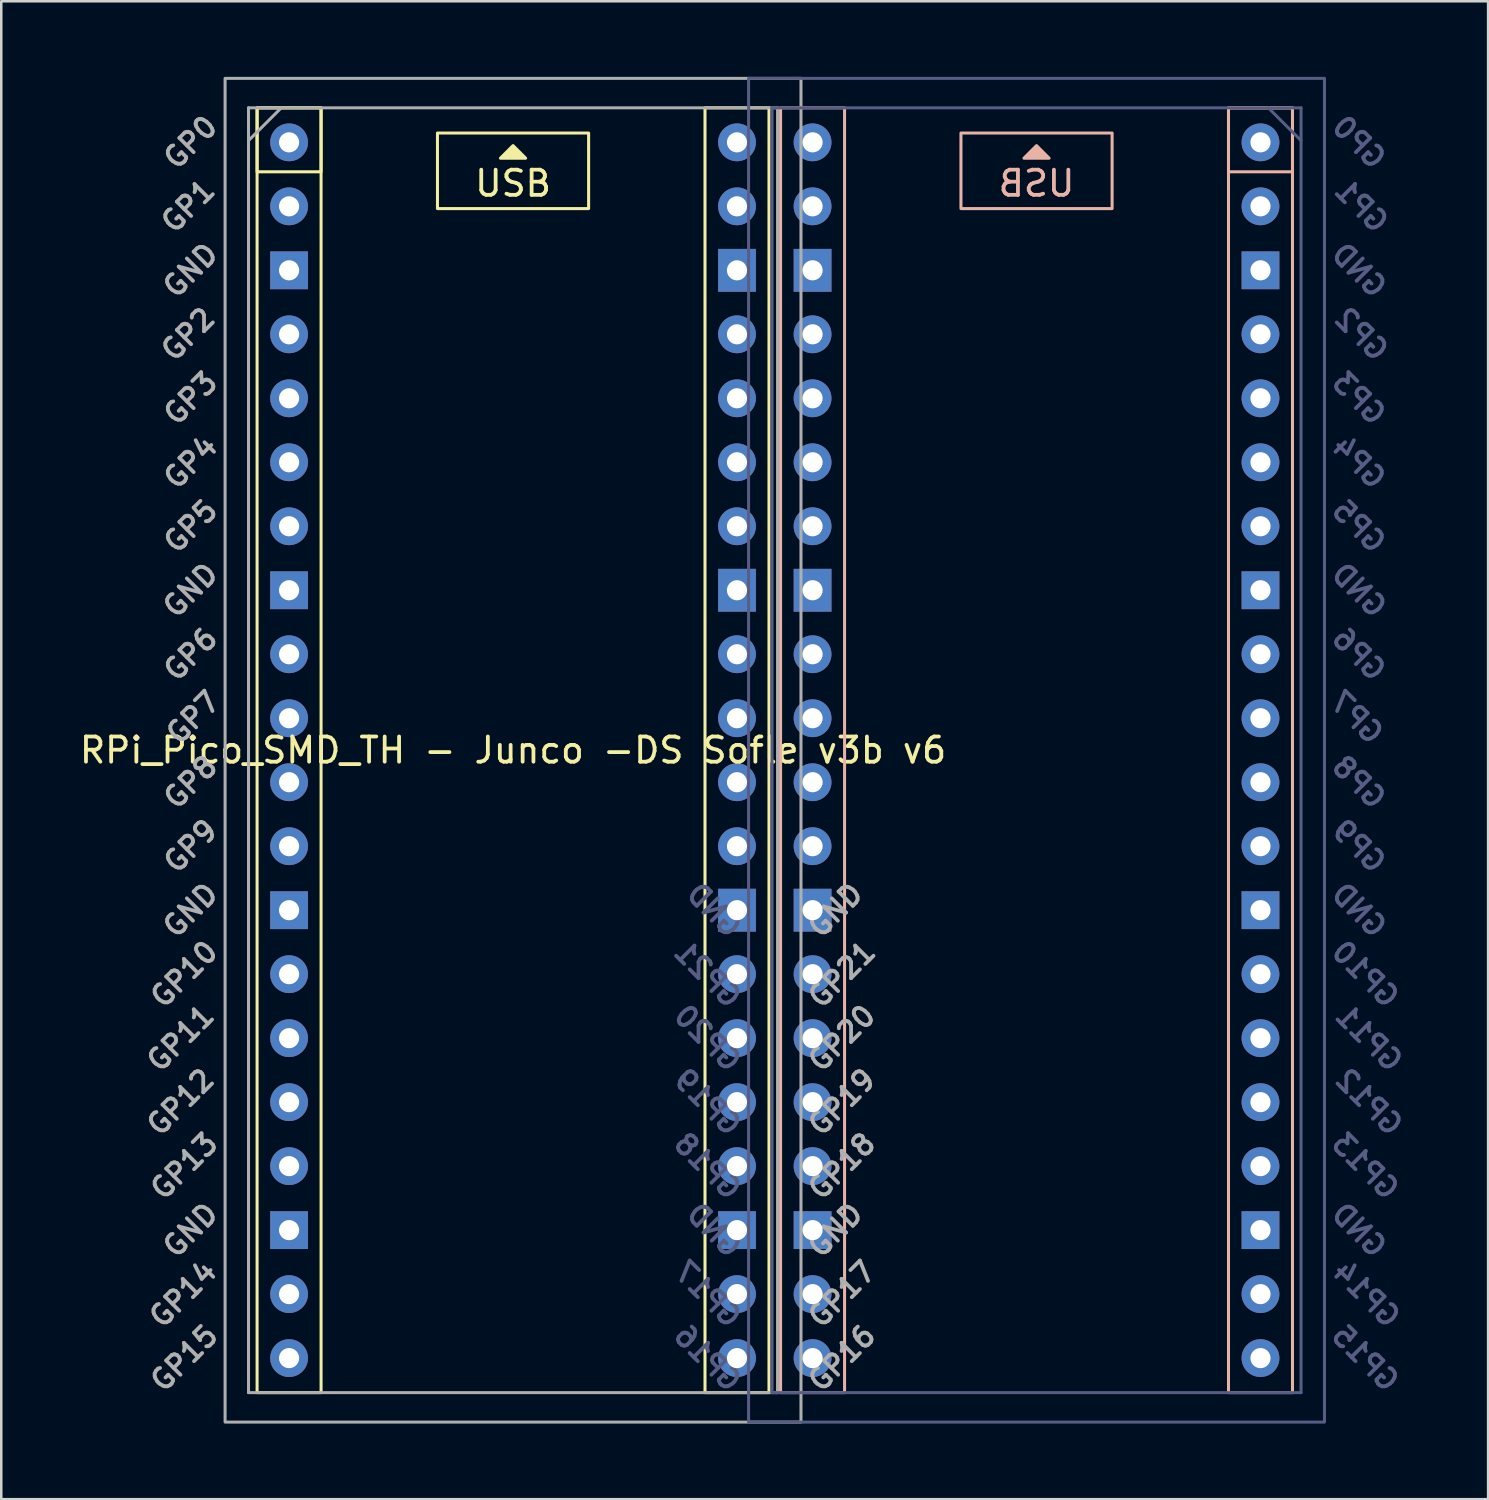
<source format=kicad_pcb>
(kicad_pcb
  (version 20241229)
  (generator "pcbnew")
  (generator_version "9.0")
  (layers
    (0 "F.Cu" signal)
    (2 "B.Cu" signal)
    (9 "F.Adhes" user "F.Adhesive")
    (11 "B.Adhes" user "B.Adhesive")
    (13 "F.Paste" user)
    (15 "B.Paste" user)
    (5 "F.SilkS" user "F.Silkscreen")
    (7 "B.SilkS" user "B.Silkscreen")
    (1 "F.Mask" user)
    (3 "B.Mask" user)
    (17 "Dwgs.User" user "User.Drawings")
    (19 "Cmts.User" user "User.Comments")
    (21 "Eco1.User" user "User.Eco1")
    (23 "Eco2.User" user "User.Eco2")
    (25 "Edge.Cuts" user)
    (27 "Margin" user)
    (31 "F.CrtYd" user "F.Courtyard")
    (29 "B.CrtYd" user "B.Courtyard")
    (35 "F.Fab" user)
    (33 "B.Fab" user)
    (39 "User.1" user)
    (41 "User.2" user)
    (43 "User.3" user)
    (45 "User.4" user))
  (footprint "RPi_Pico_SMD_TH - Junco -DS Sofle v3b v6"
    (layer "F.Cu")
    (at 27.705 26.73)
    (property "Reference" "RPi_Pico_SMD_TH - Junco -DS Sofle v3b v6" (at -10.39 0 0) (layer "F.SilkS") (effects (font (size 1 1) (thickness 0.15))))
    (attr through_hole)
    (fp_rect (start -20.55 -25.5) (end -18.01 -22.96) (stroke (width 0.12) (type default)) (fill no) (layer "F.SilkS"))
    (fp_rect (start -20.55 -25.5) (end -18.01 25.5) (stroke (width 0.12) (type default)) (fill no) (layer "F.SilkS"))
    (fp_rect (start -13.39 -24.5) (end -7.39 -21.5) (stroke (width 0.12) (type solid)) (fill no) (layer "F.SilkS"))
    (fp_rect (start -2.77 -25.5) (end -0.23 25.5) (stroke (width 0.12) (type default)) (fill no) (layer "F.SilkS"))
    (fp_poly (pts (xy -9.89 -23.5) (xy -10.89 -23.5) (xy -10.39 -24)) (stroke (width 0.12) (type solid)) (fill yes) (layer "F.SilkS"))
    (fp_rect (start 2.77 -25.5) (end 0.23 25.5) (stroke (width 0.12) (type default)) (fill no) (layer "B.SilkS"))
    (fp_rect (start 13.39 -24.5) (end 7.39 -21.5) (stroke (width 0.12) (type solid)) (fill no) (layer "B.SilkS"))
    (fp_rect (start 20.55 -25.5) (end 18.01 -22.96) (stroke (width 0.12) (type default)) (fill no) (layer "B.SilkS"))
    (fp_rect (start 20.55 -25.5) (end 18.01 25.5) (stroke (width 0.12) (type default)) (fill no) (layer "B.SilkS"))
    (fp_poly (pts (xy 9.89 -23.5) (xy 10.89 -23.5) (xy 10.39 -24)) (stroke (width 0.12) (type solid)) (fill yes) (layer "B.SilkS"))
    (fp_line (start -0.11 -25.5) (end -0.11 25.5) (stroke (width 0.12) (type solid)) (layer "B.Fab"))
    (fp_line (start -0.11 25.5) (end 20.89 25.5) (stroke (width 0.12) (type solid)) (layer "B.Fab"))
    (fp_line (start 20.89 -25.5) (end -0.11 -25.5) (stroke (width 0.12) (type solid)) (layer "B.Fab"))
    (fp_line (start 20.89 -24.2) (end 19.59 -25.5) (stroke (width 0.12) (type solid)) (layer "B.Fab"))
    (fp_line (start 20.89 25.5) (end 20.89 -25.5) (stroke (width 0.12) (type solid)) (layer "B.Fab"))
    (fp_rect (start 21.82 -26.67) (end -1.04 26.67) (stroke (width 0.12) (type solid)) (fill no) (layer "B.Fab"))
    (fp_line (start -20.89 -25.5) (end 0.11 -25.5) (stroke (width 0.12) (type solid)) (layer "F.Fab"))
    (fp_line (start -20.89 -24.2) (end -19.59 -25.5) (stroke (width 0.12) (type solid)) (layer "F.Fab"))
    (fp_line (start -20.89 25.5) (end -20.89 -25.5) (stroke (width 0.12) (type solid)) (layer "F.Fab"))
    (fp_line (start 0.11 -25.5) (end 0.11 25.5) (stroke (width 0.12) (type solid)) (layer "F.Fab"))
    (fp_line (start 0.11 25.5) (end -20.89 25.5) (stroke (width 0.12) (type solid)) (layer "F.Fab"))
    (fp_rect (start -21.82 -26.67) (end 1.04 26.67) (stroke (width 0.12) (type solid)) (fill no) (layer "F.Fab"))
    (fp_text user "USB" (at -10.39 -22.5 0) (unlocked yes) (layer "F.SilkS") (effects (font (size 1 1) (thickness 0.15))))
    (fp_text user "USB" (at 10.39 -22.5 0) (unlocked yes) (layer "B.SilkS") (effects (font (size 1 1) (thickness 0.15)) (justify mirror)))
    (fp_text user "GP9" (at 23.19 3.81 315) (layer "B.Fab") (effects (font (size 0.8 0.8) (thickness 0.15)) (justify mirror)))
    (fp_text user "GND" (at 23.19 19.05 315) (layer "B.Fab") (effects (font (size 0.8 0.8) (thickness 0.15)) (justify mirror)))
    (fp_text user "GP14" (at 23.49 21.59 315) (layer "B.Fab") (effects (font (size 0.8 0.8) (thickness 0.15)) (justify mirror)))
    (fp_text user "GND" (at 23.19 -6.35 315) (layer "B.Fab") (effects (font (size 0.8 0.8) (thickness 0.15)) (justify mirror)))
    (fp_text user "GND" (at -2.41 6.35 315) (layer "B.Fab") (effects (font (size 0.8 0.8) (thickness 0.15)) (justify mirror)))
    (fp_text user "GP6" (at 23.19 -3.81 315) (layer "B.Fab") (effects (font (size 0.8 0.8) (thickness 0.15)) (justify mirror)))
    (fp_text user "GP11" (at 23.59 11.43 315) (layer "B.Fab") (effects (font (size 0.8 0.8) (thickness 0.15)) (justify mirror)))
    (fp_text user "GP16" (at -2.664 24.13 315) (layer "B.Fab") (effects (font (size 0.8 0.8) (thickness 0.15)) (justify mirror)))
    (fp_text user "GP5" (at 23.19 -8.89 315) (layer "B.Fab") (effects (font (size 0.8 0.8) (thickness 0.15)) (justify mirror)))
    (fp_text user "GP12" (at 23.59 13.97 315) (layer "B.Fab") (effects (font (size 0.8 0.8) (thickness 0.15)) (justify mirror)))
    (fp_text user "GP4" (at 23.19 -11.43 315) (layer "B.Fab") (effects (font (size 0.8 0.8) (thickness 0.15)) (justify mirror)))
    (fp_text user "GND" (at 23.19 6.35 315) (layer "B.Fab") (effects (font (size 0.8 0.8) (thickness 0.15)) (justify mirror)))
    (fp_text user "GND" (at 23.19 -19.05 315) (layer "B.Fab") (effects (font (size 0.8 0.8) (thickness 0.15)) (justify mirror)))
    (fp_text user "GP0" (at 23.19 -24.13 315) (layer "B.Fab") (effects (font (size 0.8 0.8) (thickness 0.15)) (justify mirror)))
    (fp_text user "GP18" (at -2.664 16.51 315) (layer "B.Fab") (effects (font (size 0.8 0.8) (thickness 0.15)) (justify mirror)))
    (fp_text user "GP3" (at 23.19 -13.97 315) (layer "B.Fab") (effects (font (size 0.8 0.8) (thickness 0.15)) (justify mirror)))
    (fp_text user "GP13" (at 23.444 16.51 315) (layer "B.Fab") (effects (font (size 0.8 0.8) (thickness 0.15)) (justify mirror)))
    (fp_text user "GP10" (at 23.444 8.89 315) (layer "B.Fab") (effects (font (size 0.8 0.8) (thickness 0.15)) (justify mirror)))
    (fp_text user "GP2" (at 23.29 -16.51 315) (layer "B.Fab") (effects (font (size 0.8 0.8) (thickness 0.15)) (justify mirror)))
    (fp_text user "GP20" (at -2.664 11.43 315) (layer "B.Fab") (effects (font (size 0.8 0.8) (thickness 0.15)) (justify mirror)))
    (fp_text user "GP19" (at -2.664 13.97 315) (layer "B.Fab") (effects (font (size 0.8 0.8) (thickness 0.15)) (justify mirror)))
    (fp_text user "GP17" (at -2.664 21.59 315) (layer "B.Fab") (effects (font (size 0.8 0.8) (thickness 0.15)) (justify mirror)))
    (fp_text user "GP15" (at 23.444 24.13 315) (layer "B.Fab") (effects (font (size 0.8 0.8) (thickness 0.15)) (justify mirror)))
    (fp_text user "GP7" (at 23.09 -1.3 315) (layer "B.Fab") (effects (font (size 0.8 0.8) (thickness 0.15)) (justify mirror)))
    (fp_text user "GND" (at -2.41 19.05 315) (layer "B.Fab") (effects (font (size 0.8 0.8) (thickness 0.15)) (justify mirror)))
    (fp_text user "GP21" (at -2.664 8.9 315) (layer "B.Fab") (effects (font (size 0.8 0.8) (thickness 0.15)) (justify mirror)))
    (fp_text user "GP1" (at 23.29 -21.6 315) (layer "B.Fab") (effects (font (size 0.8 0.8) (thickness 0.15)) (justify mirror)))
    (fp_text user "GP8" (at 23.19 1.27 315) (layer "B.Fab") (effects (font (size 0.8 0.8) (thickness 0.15)) (justify mirror)))
    (fp_text user "GND" (at -23.19 6.35 45) (layer "F.Fab") (effects (font (size 0.8 0.8) (thickness 0.15))))
    (fp_text user "GP8" (at -23.19 1.27 45) (layer "F.Fab") (effects (font (size 0.8 0.8) (thickness 0.15))))
    (fp_text user "GP18" (at 2.664 16.51 45) (layer "F.Fab") (effects (font (size 0.8 0.8) (thickness 0.15))))
    (fp_text user "GP13" (at -23.444 16.51 45) (layer "F.Fab") (effects (font (size 0.8 0.8) (thickness 0.15))))
    (fp_text user "GP12" (at -23.59 13.97 45) (layer "F.Fab") (effects (font (size 0.8 0.8) (thickness 0.15))))
    (fp_text user "GP19" (at 2.664 13.97 45) (layer "F.Fab") (effects (font (size 0.8 0.8) (thickness 0.15))))
    (fp_text user "GND" (at 2.41 19.05 45) (layer "F.Fab") (effects (font (size 0.8 0.8) (thickness 0.15))))
    (fp_text user "GP7" (at -23.09 -1.3 45) (layer "F.Fab") (effects (font (size 0.8 0.8) (thickness 0.15))))
    (fp_text user "GP20" (at 2.664 11.43 45) (layer "F.Fab") (effects (font (size 0.8 0.8) (thickness 0.15))))
    (fp_text user "GP16" (at 2.664 24.13 45) (layer "F.Fab") (effects (font (size 0.8 0.8) (thickness 0.15))))
    (fp_text user "GP11" (at -23.59 11.43 45) (layer "F.Fab") (effects (font (size 0.8 0.8) (thickness 0.15))))
    (fp_text user "GP0" (at -23.19 -24.13 45) (layer "F.Fab") (effects (font (size 0.8 0.8) (thickness 0.15))))
    (fp_text user "GP3" (at -23.19 -13.97 45) (layer "F.Fab") (effects (font (size 0.8 0.8) (thickness 0.15))))
    (fp_text user "GP2" (at -23.29 -16.51 45) (layer "F.Fab") (effects (font (size 0.8 0.8) (thickness 0.15))))
    (fp_text user "GP10" (at -23.444 8.89 45) (layer "F.Fab") (effects (font (size 0.8 0.8) (thickness 0.15))))
    (fp_text user "GP1" (at -23.29 -21.6 45) (layer "F.Fab") (effects (font (size 0.8 0.8) (thickness 0.15))))
    (fp_text user "GP17" (at 2.664 21.59 45) (layer "F.Fab") (effects (font (size 0.8 0.8) (thickness 0.15))))
    (fp_text user "GND" (at -23.19 -6.35 45) (layer "F.Fab") (effects (font (size 0.8 0.8) (thickness 0.15))))
    (fp_text user "GP4" (at -23.19 -11.43 45) (layer "F.Fab") (effects (font (size 0.8 0.8) (thickness 0.15))))
    (fp_text user "GP21" (at 2.664 8.9 45) (layer "F.Fab") (effects (font (size 0.8 0.8) (thickness 0.15))))
    (fp_text user "GP9" (at -23.19 3.81 45) (layer "F.Fab") (effects (font (size 0.8 0.8) (thickness 0.15))))
    (fp_text user "GND" (at -23.19 -19.05 45) (layer "F.Fab") (effects (font (size 0.8 0.8) (thickness 0.15))))
    (fp_text user "GND" (at -23.19 19.05 45) (layer "F.Fab") (effects (font (size 0.8 0.8) (thickness 0.15))))
    (fp_text user "GP6" (at -23.19 -3.81 45) (layer "F.Fab") (effects (font (size 0.8 0.8) (thickness 0.15))))
    (fp_text user "GND" (at 2.41 6.35 45) (layer "F.Fab") (effects (font (size 0.8 0.8) (thickness 0.15))))
    (fp_text user "GP15" (at -23.444 24.13 45) (layer "F.Fab") (effects (font (size 0.8 0.8) (thickness 0.15))))
    (fp_text user "GP5" (at -23.19 -8.89 45) (layer "F.Fab") (effects (font (size 0.8 0.8) (thickness 0.15))))
    (fp_text user "GP14" (at -23.49 21.59 45) (layer "F.Fab") (effects (font (size 0.8 0.8) (thickness 0.15))))
    (pad "1" thru_hole circle (at -19.28 -24.13) (size 1.5 1.5) (drill 0.8) (layers "*.Cu" "B.Mask"))
    (pad "1" thru_hole circle (at 19.28 -24.13) (size 1.5 1.5) (drill 0.8) (layers "*.Cu" "F.Mask"))
    (pad "2" thru_hole circle (at -19.28 -21.59) (size 1.5 1.5) (drill 0.8) (layers "*.Cu" "B.Mask"))
    (pad "2" thru_hole circle (at 19.28 -21.59) (size 1.5 1.5) (drill 0.8) (layers "*.Cu" "F.Mask"))
    (pad "3" thru_hole rect (at -19.28 -19.05) (size 1.5 1.5) (drill 0.8) (layers "*.Cu" "B.Mask"))
    (pad "3" thru_hole rect (at 19.28 -19.05) (size 1.5 1.5) (drill 0.8) (layers "*.Cu" "F.Mask"))
    (pad "4" thru_hole circle (at -19.28 -16.51) (size 1.5 1.5) (drill 0.8) (layers "*.Cu" "B.Mask"))
    (pad "4" thru_hole circle (at 19.28 -16.51) (size 1.5 1.5) (drill 0.8) (layers "*.Cu" "F.Mask"))
    (pad "5" thru_hole circle (at -19.28 -13.97) (size 1.5 1.5) (drill 0.8) (layers "*.Cu" "B.Mask"))
    (pad "5" thru_hole circle (at 19.28 -13.97) (size 1.5 1.5) (drill 0.8) (layers "*.Cu" "F.Mask"))
    (pad "6" thru_hole circle (at -19.28 -11.43) (size 1.5 1.5) (drill 0.8) (layers "*.Cu" "B.Mask"))
    (pad "6" thru_hole circle (at 19.28 -11.43) (size 1.5 1.5) (drill 0.8) (layers "*.Cu" "F.Mask"))
    (pad "7" thru_hole circle (at -19.28 -8.89) (size 1.5 1.5) (drill 0.8) (layers "*.Cu" "B.Mask"))
    (pad "7" thru_hole circle (at 19.28 -8.89) (size 1.5 1.5) (drill 0.8) (layers "*.Cu" "F.Mask"))
    (pad "8" thru_hole rect (at -19.28 -6.35) (size 1.5 1.5) (drill 0.8) (layers "*.Cu" "B.Mask"))
    (pad "8" thru_hole rect (at 19.28 -6.35) (size 1.5 1.5) (drill 0.8) (layers "*.Cu" "F.Mask"))
    (pad "9" thru_hole circle (at -19.28 -3.81) (size 1.5 1.5) (drill 0.8) (layers "*.Cu" "B.Mask"))
    (pad "9" thru_hole circle (at 19.28 -3.81) (size 1.5 1.5) (drill 0.8) (layers "*.Cu" "F.Mask"))
    (pad "10" thru_hole circle (at -19.28 -1.27) (size 1.5 1.5) (drill 0.8) (layers "*.Cu" "B.Mask"))
    (pad "10" thru_hole circle (at 19.28 -1.27) (size 1.5 1.5) (drill 0.8) (layers "*.Cu" "F.Mask"))
    (pad "11" thru_hole circle (at -19.28 1.27) (size 1.5 1.5) (drill 0.8) (layers "*.Cu" "B.Mask"))
    (pad "11" thru_hole circle (at 19.28 1.27) (size 1.5 1.5) (drill 0.8) (layers "*.Cu" "F.Mask"))
    (pad "12" thru_hole circle (at -19.28 3.81) (size 1.5 1.5) (drill 0.8) (layers "*.Cu" "B.Mask"))
    (pad "12" thru_hole circle (at 19.28 3.81) (size 1.5 1.5) (drill 0.8) (layers "*.Cu" "F.Mask"))
    (pad "13" thru_hole rect (at -19.28 6.35) (size 1.5 1.5) (drill 0.8) (layers "*.Cu" "B.Mask"))
    (pad "13" thru_hole rect (at 19.28 6.35) (size 1.5 1.5) (drill 0.8) (layers "*.Cu" "F.Mask"))
    (pad "14" thru_hole circle (at -19.28 8.89) (size 1.5 1.5) (drill 0.8) (layers "*.Cu" "B.Mask"))
    (pad "14" thru_hole circle (at 19.28 8.89) (size 1.5 1.5) (drill 0.8) (layers "*.Cu" "F.Mask"))
    (pad "15" thru_hole circle (at -19.28 11.43) (size 1.5 1.5) (drill 0.8) (layers "*.Cu" "B.Mask"))
    (pad "15" thru_hole circle (at 19.28 11.43) (size 1.5 1.5) (drill 0.8) (layers "*.Cu" "F.Mask"))
    (pad "16" thru_hole circle (at -19.28 13.97) (size 1.5 1.5) (drill 0.8) (layers "*.Cu" "B.Mask"))
    (pad "16" thru_hole circle (at 19.28 13.97) (size 1.5 1.5) (drill 0.8) (layers "*.Cu" "F.Mask"))
    (pad "17" thru_hole circle (at -19.28 16.51) (size 1.5 1.5) (drill 0.8) (layers "*.Cu" "B.Mask"))
    (pad "17" thru_hole circle (at 19.28 16.51) (size 1.5 1.5) (drill 0.8) (layers "*.Cu" "F.Mask"))
    (pad "18" thru_hole rect (at -19.28 19.05) (size 1.5 1.5) (drill 0.8) (layers "*.Cu" "B.Mask"))
    (pad "18" thru_hole rect (at 19.28 19.05) (size 1.5 1.5) (drill 0.8) (layers "*.Cu" "F.Mask"))
    (pad "19" thru_hole circle (at -19.28 21.59) (size 1.5 1.5) (drill 0.8) (layers "*.Cu" "B.Mask"))
    (pad "19" thru_hole circle (at 19.28 21.59) (size 1.5 1.5) (drill 0.8) (layers "*.Cu" "F.Mask"))
    (pad "20" thru_hole circle (at -19.28 24.13) (size 1.5 1.5) (drill 0.8) (layers "*.Cu" "B.Mask"))
    (pad "20" thru_hole circle (at 19.28 24.13) (size 1.5 1.5) (drill 0.8) (layers "*.Cu" "F.Mask"))
    (pad "21" thru_hole circle (at -1.5 24.13) (size 1.5 1.5) (drill 0.8) (layers "*.Cu" "B.Mask"))
    (pad "21" thru_hole circle (at 1.5 24.13) (size 1.5 1.5) (drill 0.8) (layers "*.Cu" "F.Mask"))
    (pad "22" thru_hole circle (at -1.5 21.59) (size 1.5 1.5) (drill 0.8) (layers "*.Cu" "B.Mask"))
    (pad "22" thru_hole circle (at 1.5 21.59) (size 1.5 1.5) (drill 0.8) (layers "*.Cu" "F.Mask"))
    (pad "23" thru_hole rect (at -1.5 19.05) (size 1.5 1.5) (drill 0.8) (layers "*.Cu" "B.Mask"))
    (pad "23" thru_hole rect (at 1.5 19.05) (size 1.5 1.5) (drill 0.8) (layers "*.Cu" "F.Mask"))
    (pad "24" thru_hole circle (at -1.5 16.51) (size 1.5 1.5) (drill 0.8) (layers "*.Cu" "B.Mask"))
    (pad "24" thru_hole circle (at 1.5 16.51) (size 1.5 1.5) (drill 0.8) (layers "*.Cu" "F.Mask"))
    (pad "25" thru_hole circle (at -1.5 13.97) (size 1.5 1.5) (drill 0.8) (layers "*.Cu" "B.Mask"))
    (pad "25" thru_hole circle (at 1.5 13.97) (size 1.5 1.5) (drill 0.8) (layers "*.Cu" "F.Mask"))
    (pad "26" thru_hole circle (at -1.5 11.43) (size 1.5 1.5) (drill 0.8) (layers "*.Cu" "B.Mask"))
    (pad "26" thru_hole circle (at 1.5 11.43) (size 1.5 1.5) (drill 0.8) (layers "*.Cu" "F.Mask"))
    (pad "27" thru_hole circle (at -1.5 8.89) (size 1.5 1.5) (drill 0.8) (layers "*.Cu" "B.Mask"))
    (pad "27" thru_hole circle (at 1.5 8.89) (size 1.5 1.5) (drill 0.8) (layers "*.Cu" "F.Mask"))
    (pad "28" thru_hole rect (at -1.5 6.35) (size 1.5 1.7) (drill 0.8) (layers "*.Cu" "B.Mask"))
    (pad "28" thru_hole rect (at 1.5 6.35) (size 1.5 1.7) (drill 0.8) (layers "*.Cu" "F.Mask"))
    (pad "29" thru_hole circle (at -1.5 3.81) (size 1.5 1.5) (drill 0.8) (layers "*.Cu" "B.Mask"))
    (pad "29" thru_hole circle (at 1.5 3.81) (size 1.5 1.5) (drill 0.8) (layers "*.Cu" "F.Mask"))
    (pad "30" thru_hole circle (at -1.5 1.27) (size 1.5 1.5) (drill 0.8) (layers "*.Cu" "B.Mask"))
    (pad "30" thru_hole circle (at 1.5 1.27) (size 1.5 1.5) (drill 0.8) (layers "*.Cu" "F.Mask"))
    (pad "31" thru_hole circle (at -1.5 -1.27) (size 1.5 1.5) (drill 0.8) (layers "*.Cu" "B.Mask"))
    (pad "31" thru_hole circle (at 1.5 -1.27) (size 1.5 1.5) (drill 0.8) (layers "*.Cu" "F.Mask"))
    (pad "32" thru_hole circle (at -1.5 -3.81) (size 1.5 1.5) (drill 0.8) (layers "*.Cu" "B.Mask"))
    (pad "32" thru_hole circle (at 1.5 -3.81) (size 1.5 1.5) (drill 0.8) (layers "*.Cu" "F.Mask"))
    (pad "33" thru_hole rect (at -1.5 -6.35) (size 1.5 1.7) (drill 0.8) (layers "*.Cu" "B.Mask"))
    (pad "33" thru_hole rect (at 1.5 -6.35) (size 1.5 1.7) (drill 0.8) (layers "*.Cu" "F.Mask"))
    (pad "34" thru_hole circle (at -1.5 -8.89) (size 1.5 1.5) (drill 0.8) (layers "*.Cu" "B.Mask"))
    (pad "34" thru_hole circle (at 1.5 -8.89) (size 1.5 1.5) (drill 0.8) (layers "*.Cu" "F.Mask"))
    (pad "35" thru_hole circle (at -1.5 -11.43) (size 1.5 1.5) (drill 0.8) (layers "*.Cu" "B.Mask"))
    (pad "35" thru_hole circle (at 1.5 -11.43) (size 1.5 1.5) (drill 0.8) (layers "*.Cu" "F.Mask"))
    (pad "36" thru_hole circle (at -1.5 -13.97) (size 1.5 1.5) (drill 0.8) (layers "*.Cu" "B.Mask"))
    (pad "36" thru_hole circle (at 1.5 -13.97) (size 1.5 1.5) (drill 0.8) (layers "*.Cu" "F.Mask"))
    (pad "37" thru_hole circle (at -1.5 -16.51) (size 1.5 1.5) (drill 0.8) (layers "*.Cu" "B.Mask"))
    (pad "37" thru_hole circle (at 1.5 -16.51) (size 1.5 1.5) (drill 0.8) (layers "*.Cu" "F.Mask"))
    (pad "38" thru_hole rect (at -1.5 -19.05) (size 1.5 1.7) (drill 0.8) (layers "*.Cu" "B.Mask"))
    (pad "38" thru_hole rect (at 1.5 -19.05) (size 1.5 1.7) (drill 0.8) (layers "*.Cu" "F.Mask"))
    (pad "39" thru_hole circle (at -1.5 -21.59) (size 1.5 1.5) (drill 0.8) (layers "*.Cu" "B.Mask"))
    (pad "39" thru_hole circle (at 1.5 -21.59) (size 1.5 1.5) (drill 0.8) (layers "*.Cu" "F.Mask"))
    (pad "40" thru_hole circle (at -1.5 -24.13) (size 1.5 1.5) (drill 0.8) (layers "*.Cu" "B.Mask"))
    (pad "40" thru_hole circle (at 1.5 -24.13) (size 1.5 1.5) (drill 0.8) (layers "*.Cu" "F.Mask")))
  (gr_rect
    (start -3 -3)
    (end 56.02 56.46)
    (stroke (width 0.1) (type default))
    (fill no)
    (layer "Edge.Cuts")))
</source>
